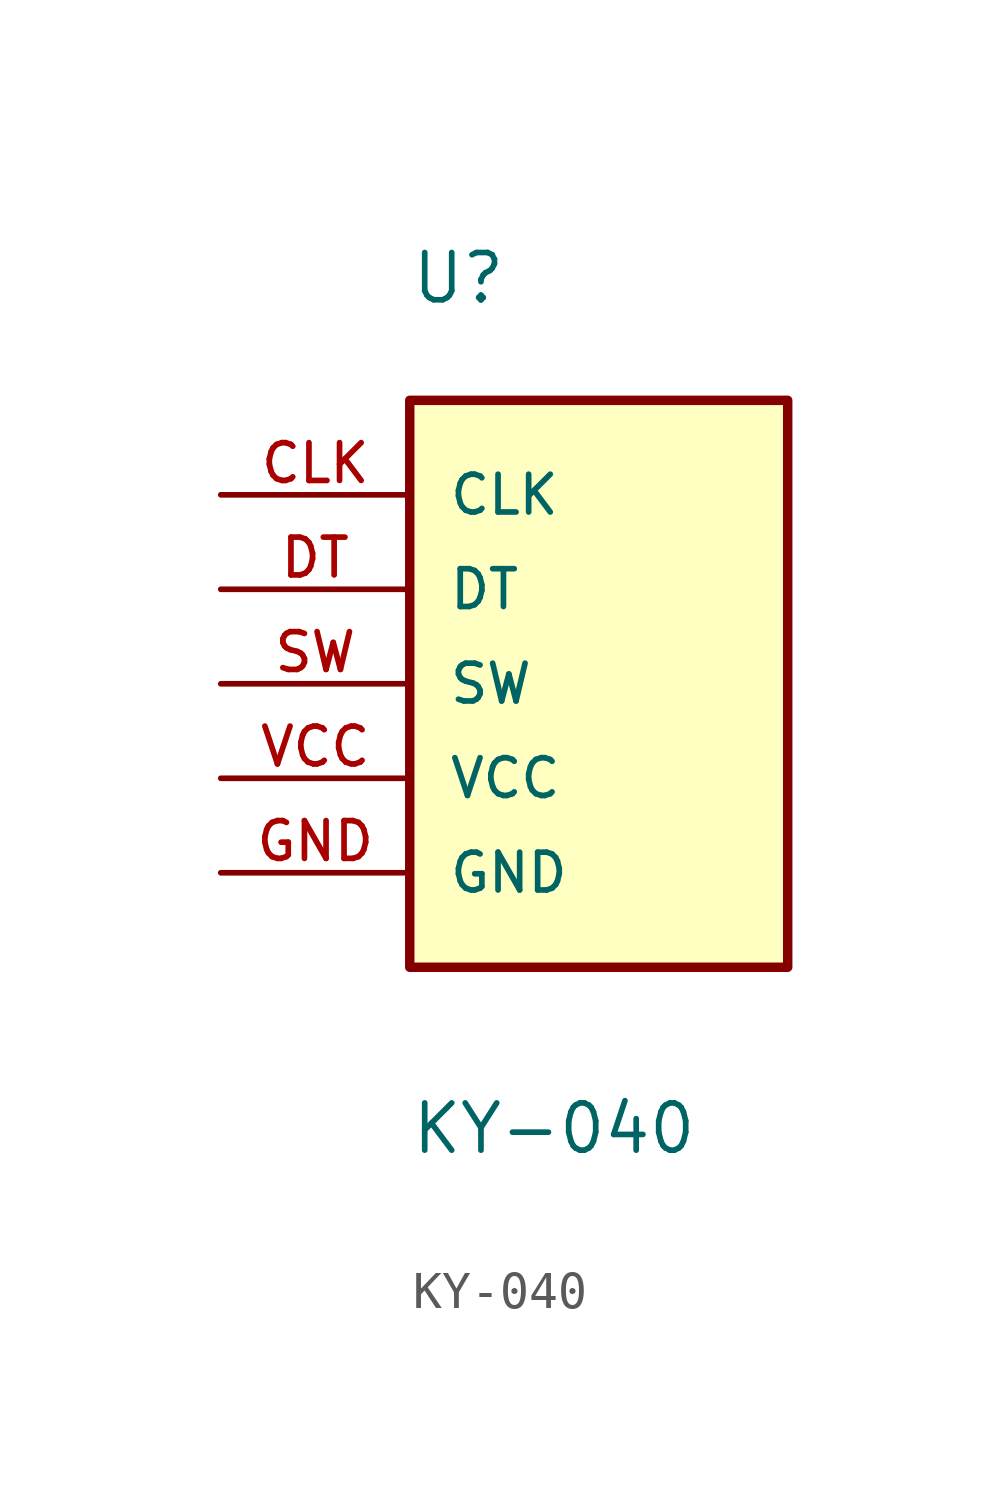
<source format=kicad_sym>
(kicad_symbol_lib
  (version 20231120)
  (generator "kicad_symbol_editor")
  (generator_version "8.0")
  (symbol "KY-040"
    (pin_names
      (offset 1.016))
    (property "Reference" "U"
      (at -5.08 10.16 0)
      (effects (font (size 1.27 1.27)) (justify left bottom)))
    (property "Value" "KY-040"
      (at -5.08 -12.7 0)
      (effects (font (size 1.27 1.27)) (justify left bottom)))
    (symbol "KY-040_0_0"
      (rectangle (start -5.08 -7.62) (end 5.08 7.62) (stroke (width 0.254) (type default)) (fill (type background)))
      (pin output line (at -10.16 5.08 0) (length 5.08) (name "CLK" (effects (font (size 1.016 1.016)))) (number "CLK" (effects (font (size 1.016 1.016)))))
      (pin output line (at -10.16 2.54 0) (length 5.08) (name "DT" (effects (font (size 1.016 1.016)))) (number "DT" (effects (font (size 1.016 1.016)))))
      (pin power_in line (at -10.16 -5.08 0) (length 5.08) (name "GND" (effects (font (size 1.016 1.016)))) (number "GND" (effects (font (size 1.016 1.016)))))
      (pin output line (at -10.16 0 0) (length 5.08) (name "SW" (effects (font (size 1.016 1.016)))) (number "SW" (effects (font (size 1.016 1.016)))))
      (pin power_in line (at -10.16 -2.54 0) (length 5.08) (name "VCC" (effects (font (size 1.016 1.016)))) (number "VCC" (effects (font (size 1.016 1.016))))))))
</source>
